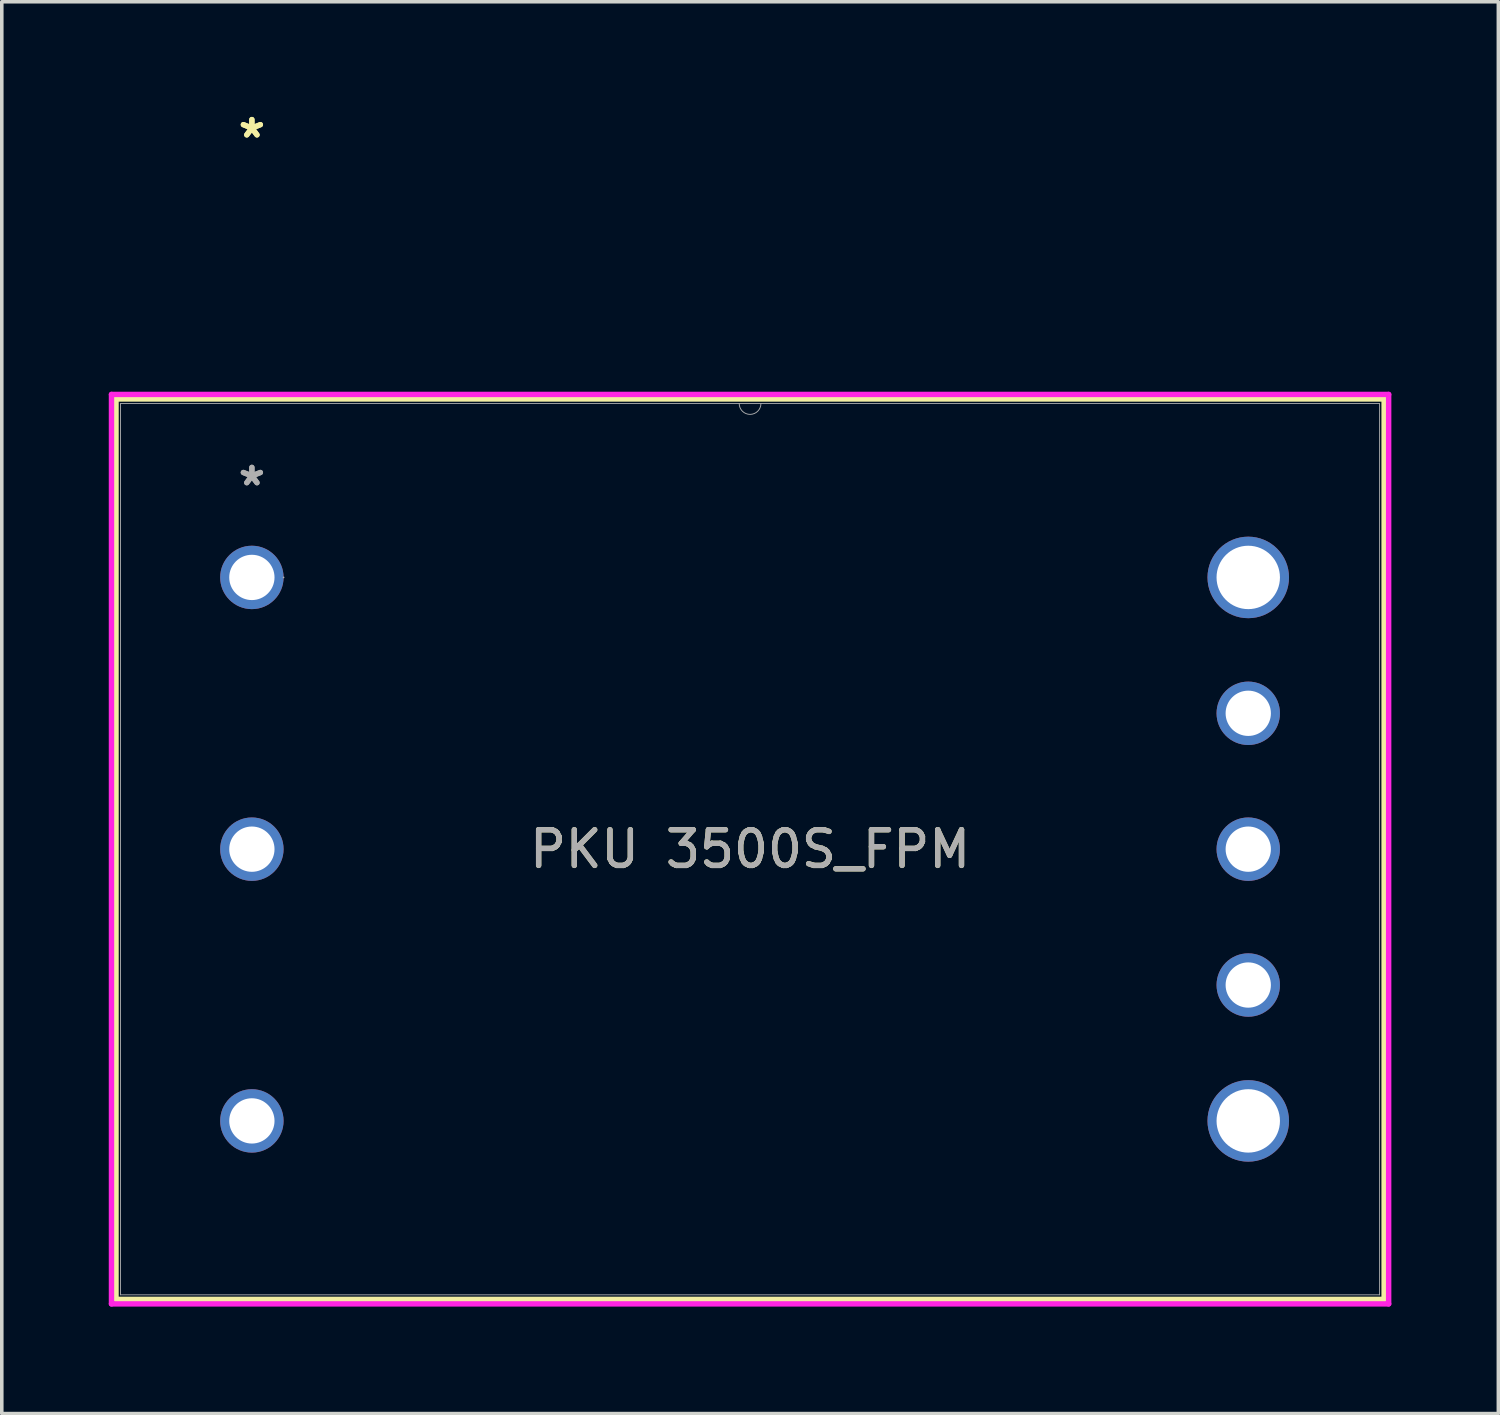
<source format=kicad_pcb>
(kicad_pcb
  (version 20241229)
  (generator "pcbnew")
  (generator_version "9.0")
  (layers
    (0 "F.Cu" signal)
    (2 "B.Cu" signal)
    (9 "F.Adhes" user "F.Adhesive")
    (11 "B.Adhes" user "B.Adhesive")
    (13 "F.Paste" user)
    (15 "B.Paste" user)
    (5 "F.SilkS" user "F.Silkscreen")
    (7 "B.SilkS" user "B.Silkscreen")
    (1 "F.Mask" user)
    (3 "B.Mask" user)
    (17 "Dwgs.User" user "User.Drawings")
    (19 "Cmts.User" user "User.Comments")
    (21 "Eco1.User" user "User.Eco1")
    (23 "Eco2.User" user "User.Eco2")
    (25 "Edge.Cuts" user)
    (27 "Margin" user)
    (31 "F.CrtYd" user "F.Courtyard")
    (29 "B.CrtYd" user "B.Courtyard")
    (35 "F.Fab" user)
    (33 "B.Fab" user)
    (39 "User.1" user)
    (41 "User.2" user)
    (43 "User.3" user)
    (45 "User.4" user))
  (footprint "PKU 3500S_FPM"
    (layer "F.Cu")
    (at 4.013 13.142)
    (property "Reference" "PKU 3500S_FPM" (at 13.97 7.62 0) (unlocked yes) (layer "F.SilkS") (effects (font (size 1 1) (thickness 0.15))))
    (attr through_hole)
    (fp_line (start -3.81 -5.004) (end -3.81 20.244) (stroke (width 0.152) (type solid)) (layer "F.SilkS"))
    (fp_line (start -3.81 20.244) (end 31.75 20.244) (stroke (width 0.152) (type solid)) (layer "F.SilkS"))
    (fp_line (start 31.75 -5.004) (end -3.81 -5.004) (stroke (width 0.152) (type solid)) (layer "F.SilkS"))
    (fp_line (start 31.75 20.244) (end 31.75 -5.004) (stroke (width 0.152) (type solid)) (layer "F.SilkS"))
    (fp_line (start -3.937 -5.131) (end 31.877 -5.131) (stroke (width 0.152) (type solid)) (layer "F.CrtYd"))
    (fp_line (start -3.937 20.371) (end -3.937 -5.131) (stroke (width 0.152) (type solid)) (layer "F.CrtYd"))
    (fp_line (start 31.877 -5.131) (end 31.877 20.371) (stroke (width 0.152) (type solid)) (layer "F.CrtYd"))
    (fp_line (start 31.877 20.371) (end -3.937 20.371) (stroke (width 0.152) (type solid)) (layer "F.CrtYd"))
    (fp_line (start -3.683 -4.877) (end -3.683 20.117) (stroke (width 0.025) (type solid)) (layer "F.Fab"))
    (fp_line (start -3.683 20.117) (end 31.623 20.117) (stroke (width 0.025) (type solid)) (layer "F.Fab"))
    (fp_line (start 31.623 -4.877) (end -3.683 -4.877) (stroke (width 0.025) (type solid)) (layer "F.Fab"))
    (fp_line (start 31.623 20.117) (end 31.623 -4.877) (stroke (width 0.025) (type solid)) (layer "F.Fab"))
    (fp_arc (start 14.2748 -4.8768) (mid 13.97 -4.572) (end 13.6652 -4.8768) (stroke (width 0.0254) (type solid)) (layer "F.Fab"))
    (fp_circle (center 0.889 0) (end 0.889 0) (stroke (width 0.025) (type solid)) (fill no) (layer "F.Fab"))
    (fp_text user "*" (at 0 -12.294 0) (layer "F.SilkS") (effects (font (size 1 1) (thickness 0.15))))
    (fp_text user "*" (at 0 -12.294 0) (unlocked yes) (layer "F.SilkS") (effects (font (size 1 1) (thickness 0.15))))
    (fp_text user "*" (at 0 -2.54 0) (unlocked yes) (layer "F.Fab") (effects (font (size 1 1) (thickness 0.15))))
    (fp_text user "${REFERENCE}" (at 13.97 7.62 0) (unlocked yes) (layer "F.Fab") (effects (font (size 1 1) (thickness 0.15))))
    (fp_text user "*" (at 0 -2.54 0) (layer "F.Fab") (effects (font (size 1 1) (thickness 0.15))))
    (pad "1" thru_hole circle (at 0 0) (size 1.778 1.778) (drill 1.27) (layers "*.Cu" "*.Mask"))
    (pad "2" thru_hole circle (at 0 7.62) (size 1.778 1.778) (drill 1.27) (layers "*.Cu" "*.Mask"))
    (pad "3" thru_hole circle (at 0 15.24) (size 1.778 1.778) (drill 1.27) (layers "*.Cu" "*.Mask"))
    (pad "4" thru_hole circle (at 27.94 15.24) (size 2.286 2.286) (drill 1.778) (layers "*.Cu" "*.Mask"))
    (pad "5" thru_hole circle (at 27.94 11.43) (size 1.778 1.778) (drill 1.27) (layers "*.Cu" "*.Mask"))
    (pad "6" thru_hole circle (at 27.94 7.62) (size 1.778 1.778) (drill 1.27) (layers "*.Cu" "*.Mask"))
    (pad "7" thru_hole circle (at 27.94 3.81) (size 1.778 1.778) (drill 1.27) (layers "*.Cu" "*.Mask"))
    (pad "8" thru_hole circle (at 27.94 0) (size 2.286 2.286) (drill 1.778) (layers "*.Cu" "*.Mask")))
  (gr_rect
    (start -3 -3)
    (end 38.966 36.589)
    (stroke (width 0.1) (type default))
    (fill no)
    (layer "Edge.Cuts")))
</source>
